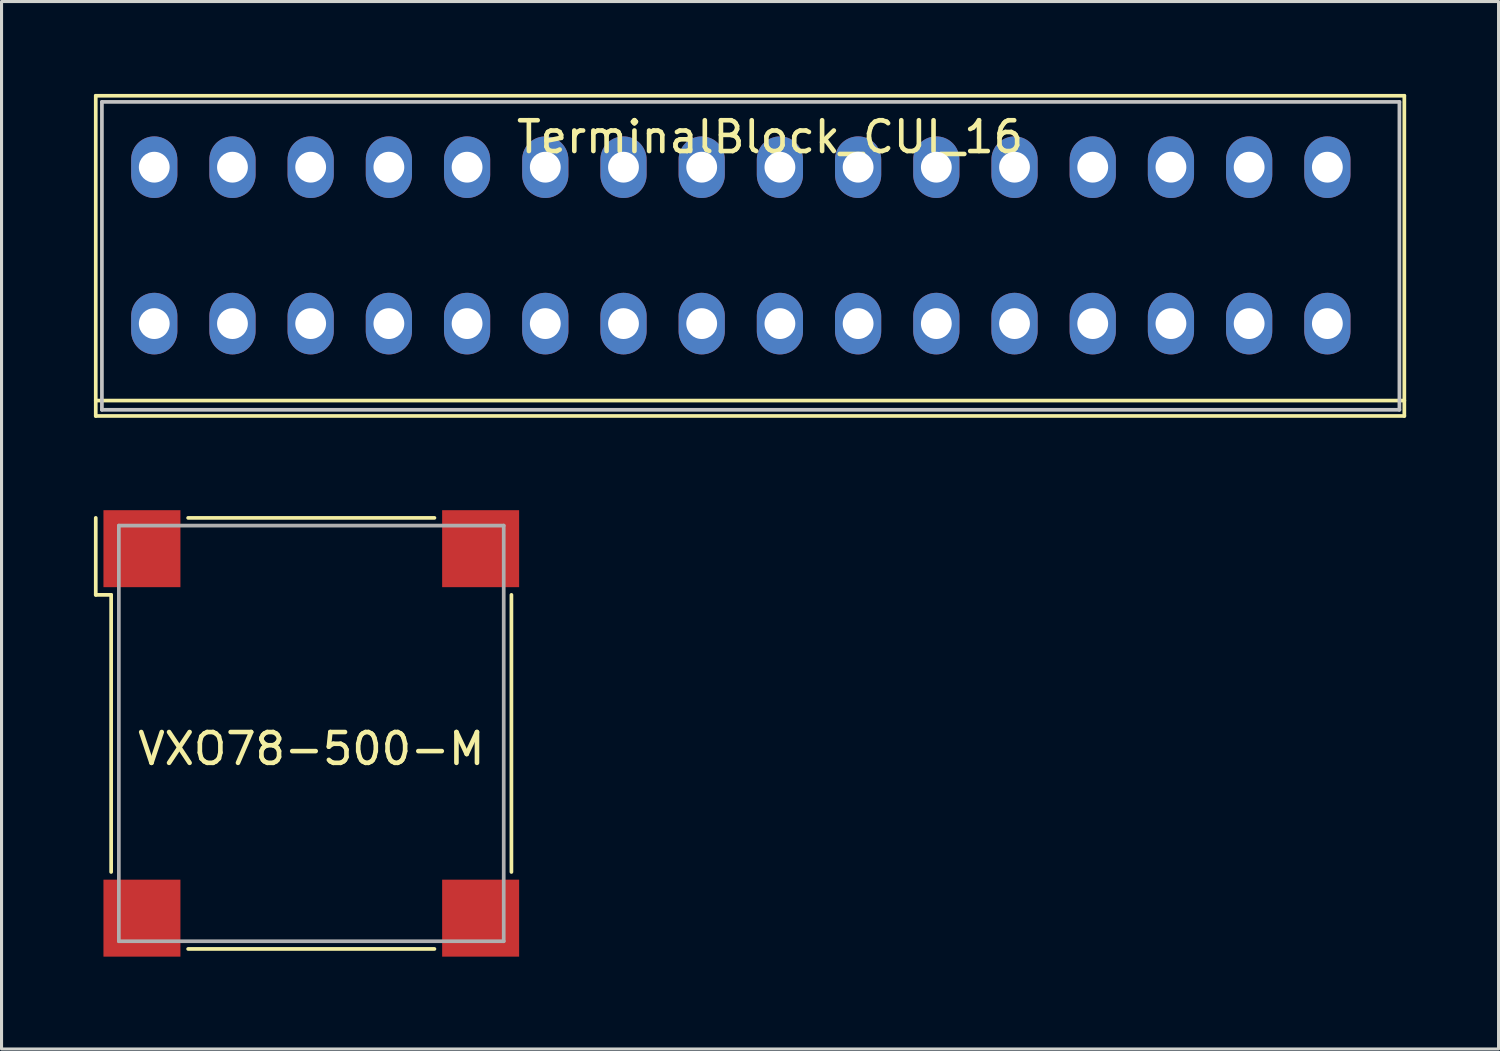
<source format=kicad_pcb>
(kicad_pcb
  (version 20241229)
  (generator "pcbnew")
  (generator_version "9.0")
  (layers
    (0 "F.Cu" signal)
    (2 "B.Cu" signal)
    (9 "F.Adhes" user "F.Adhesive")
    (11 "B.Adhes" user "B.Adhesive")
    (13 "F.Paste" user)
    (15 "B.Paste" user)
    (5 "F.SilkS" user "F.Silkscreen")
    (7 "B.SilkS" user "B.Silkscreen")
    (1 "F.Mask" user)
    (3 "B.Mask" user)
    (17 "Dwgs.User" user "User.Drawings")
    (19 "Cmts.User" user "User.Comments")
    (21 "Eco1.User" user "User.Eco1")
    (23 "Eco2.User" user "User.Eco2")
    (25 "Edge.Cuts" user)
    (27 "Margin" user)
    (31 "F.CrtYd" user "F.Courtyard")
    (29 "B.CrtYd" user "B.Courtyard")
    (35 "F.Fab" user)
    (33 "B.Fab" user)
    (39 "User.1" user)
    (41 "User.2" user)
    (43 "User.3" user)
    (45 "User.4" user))
  (footprint "TerminalBlock_CUI_16"
    (layer "F.Cu")
    (at 1.96 7.46)
    (property "Reference" "TerminalBlock_CUI_16" (at 20 -6.06 0) (layer "F.SilkS") (effects (font (size 1 1) (thickness 0.15))))
    (attr through_hole)
    (fp_line (start -1.9 -7.4) (end -1.9 3) (stroke (width 0.12) (type solid)) (layer "F.SilkS"))
    (fp_line (start -1.9 -7.4) (end 40.6 -7.4) (stroke (width 0.12) (type solid)) (layer "F.SilkS"))
    (fp_line (start -1.9 2.5) (end 40.6 2.5) (stroke (width 0.12) (type solid)) (layer "F.SilkS"))
    (fp_line (start -1.9 3) (end 40.6 3) (stroke (width 0.12) (type solid)) (layer "F.SilkS"))
    (fp_line (start 40.6 3) (end 40.6 -7.4) (stroke (width 0.12) (type solid)) (layer "F.SilkS"))
    (fp_line (start -1.7 -7.2) (end -1.7 2.8) (stroke (width 0.12) (type solid)) (layer "Dwgs.User"))
    (fp_line (start -1.7 -7.2) (end 40.44 -7.2) (stroke (width 0.12) (type solid)) (layer "Dwgs.User"))
    (fp_line (start -1.7 2.8) (end 40.44 2.8) (stroke (width 0.12) (type solid)) (layer "Dwgs.User"))
    (fp_line (start 40.44 -7.2) (end 40.44 2.8) (stroke (width 0.12) (type solid)) (layer "Dwgs.User"))
    (pad "1" thru_hole oval (at 0 -5.08) (size 1.5 2) (drill 1) (layers "*.Cu" "*.Mask"))
    (pad "1" thru_hole oval (at 0 0) (size 1.5 2) (drill 1) (layers "*.Cu" "*.Mask"))
    (pad "2" thru_hole oval (at 2.54 -5.08) (size 1.5 2) (drill 1) (layers "*.Cu" "*.Mask"))
    (pad "2" thru_hole oval (at 2.54 0) (size 1.5 2) (drill 1) (layers "*.Cu" "*.Mask"))
    (pad "3" thru_hole oval (at 5.08 -5.08) (size 1.5 2) (drill 1) (layers "*.Cu" "*.Mask"))
    (pad "3" thru_hole oval (at 5.08 0) (size 1.5 2) (drill 1) (layers "*.Cu" "*.Mask"))
    (pad "4" thru_hole oval (at 7.62 -5.08) (size 1.5 2) (drill 1) (layers "*.Cu" "*.Mask"))
    (pad "4" thru_hole oval (at 7.62 0) (size 1.5 2) (drill 1) (layers "*.Cu" "*.Mask"))
    (pad "5" thru_hole oval (at 10.16 -5.08) (size 1.5 2) (drill 1) (layers "*.Cu" "*.Mask"))
    (pad "5" thru_hole oval (at 10.16 0) (size 1.5 2) (drill 1) (layers "*.Cu" "*.Mask"))
    (pad "6" thru_hole oval (at 12.7 -5.08) (size 1.5 2) (drill 1) (layers "*.Cu" "*.Mask"))
    (pad "6" thru_hole oval (at 12.7 0) (size 1.5 2) (drill 1) (layers "*.Cu" "*.Mask"))
    (pad "7" thru_hole oval (at 15.24 -5.08) (size 1.5 2) (drill 1) (layers "*.Cu" "*.Mask"))
    (pad "7" thru_hole oval (at 15.24 0) (size 1.5 2) (drill 1) (layers "*.Cu" "*.Mask"))
    (pad "8" thru_hole oval (at 17.78 -5.08) (size 1.5 2) (drill 1) (layers "*.Cu" "*.Mask"))
    (pad "8" thru_hole oval (at 17.78 0) (size 1.5 2) (drill 1) (layers "*.Cu" "*.Mask"))
    (pad "9" thru_hole oval (at 20.32 -5.08) (size 1.5 2) (drill 1) (layers "*.Cu" "*.Mask"))
    (pad "9" thru_hole oval (at 20.32 0) (size 1.5 2) (drill 1) (layers "*.Cu" "*.Mask"))
    (pad "10" thru_hole oval (at 22.86 -5.08) (size 1.5 2) (drill 1) (layers "*.Cu" "*.Mask"))
    (pad "10" thru_hole oval (at 22.86 0) (size 1.5 2) (drill 1) (layers "*.Cu" "*.Mask"))
    (pad "11" thru_hole oval (at 25.4 -5.08) (size 1.5 2) (drill 1) (layers "*.Cu" "*.Mask"))
    (pad "11" thru_hole oval (at 25.4 0) (size 1.5 2) (drill 1) (layers "*.Cu" "*.Mask"))
    (pad "12" thru_hole oval (at 27.94 -5.08) (size 1.5 2) (drill 1) (layers "*.Cu" "*.Mask"))
    (pad "12" thru_hole oval (at 27.94 0) (size 1.5 2) (drill 1) (layers "*.Cu" "*.Mask"))
    (pad "13" thru_hole oval (at 30.48 -5.08) (size 1.5 2) (drill 1) (layers "*.Cu" "*.Mask"))
    (pad "13" thru_hole oval (at 30.48 0) (size 1.5 2) (drill 1) (layers "*.Cu" "*.Mask"))
    (pad "14" thru_hole oval (at 33.02 -5.08) (size 1.5 2) (drill 1) (layers "*.Cu" "*.Mask"))
    (pad "14" thru_hole oval (at 33.02 0) (size 1.5 2) (drill 1) (layers "*.Cu" "*.Mask"))
    (pad "15" thru_hole oval (at 35.56 -5.08) (size 1.5 2) (drill 1) (layers "*.Cu" "*.Mask"))
    (pad "15" thru_hole oval (at 35.56 0) (size 1.5 2) (drill 1) (layers "*.Cu" "*.Mask"))
    (pad "16" thru_hole oval (at 38.1 -5.08) (size 1.5 2) (drill 1) (layers "*.Cu" "*.Mask"))
    (pad "16" thru_hole oval (at 38.1 0) (size 1.5 2) (drill 1) (layers "*.Cu" "*.Mask")))
  (footprint "VXO78-500-M"
    (layer "F.Cu")
    (at 7.06 20.77)
    (property "Reference" "VXO78-500-M" (at 0 0.5 0) (layer "F.SilkS") (effects (font (size 1 1) (thickness 0.15))))
    (attr through_hole)
    (fp_line (start -7 -7) (end -7 -4.5) (stroke (width 0.12) (type solid)) (layer "F.SilkS"))
    (fp_line (start -7 -4.5) (end -6.5 -4.5) (stroke (width 0.12) (type solid)) (layer "F.SilkS"))
    (fp_line (start -6.5 -4.5) (end -6.5 4.5) (stroke (width 0.12) (type solid)) (layer "F.SilkS"))
    (fp_line (start -4 -7) (end 4 -7) (stroke (width 0.12) (type solid)) (layer "F.SilkS"))
    (fp_line (start -4 7) (end 4 7) (stroke (width 0.12) (type solid)) (layer "F.SilkS"))
    (fp_line (start 6.5 4.5) (end 6.5 -4.5) (stroke (width 0.12) (type solid)) (layer "F.SilkS"))
    (fp_line (start -6.25 -6.75) (end 6.25 -6.75) (stroke (width 0.12) (type solid)) (layer "F.Fab"))
    (fp_line (start -6.25 6.75) (end -6.25 -6.75) (stroke (width 0.12) (type solid)) (layer "F.Fab"))
    (fp_line (start 6.25 -6.75) (end 6.25 6.75) (stroke (width 0.12) (type solid)) (layer "F.Fab"))
    (fp_line (start 6.25 6.75) (end -6.25 6.75) (stroke (width 0.12) (type solid)) (layer "F.Fab"))
    (pad "1" smd rect (at -5.5 -6) (size 2.5 2.5) (layers "F.Cu" "F.Mask" "F.Paste"))
    (pad "2" smd rect (at 5.5 -6) (size 2.5 2.5) (layers "F.Cu" "F.Mask" "F.Paste"))
    (pad "3" smd rect (at 5.5 6) (size 2.5 2.5) (layers "F.Cu" "F.Mask" "F.Paste"))
    (pad "4" smd rect (at -5.5 6) (size 2.5 2.5) (layers "F.Cu" "F.Mask" "F.Paste")))
  (gr_rect
    (start -3 -3)
    (end 45.62 31.02)
    (stroke (width 0.1) (type default))
    (fill no)
    (layer "Edge.Cuts")))
</source>
